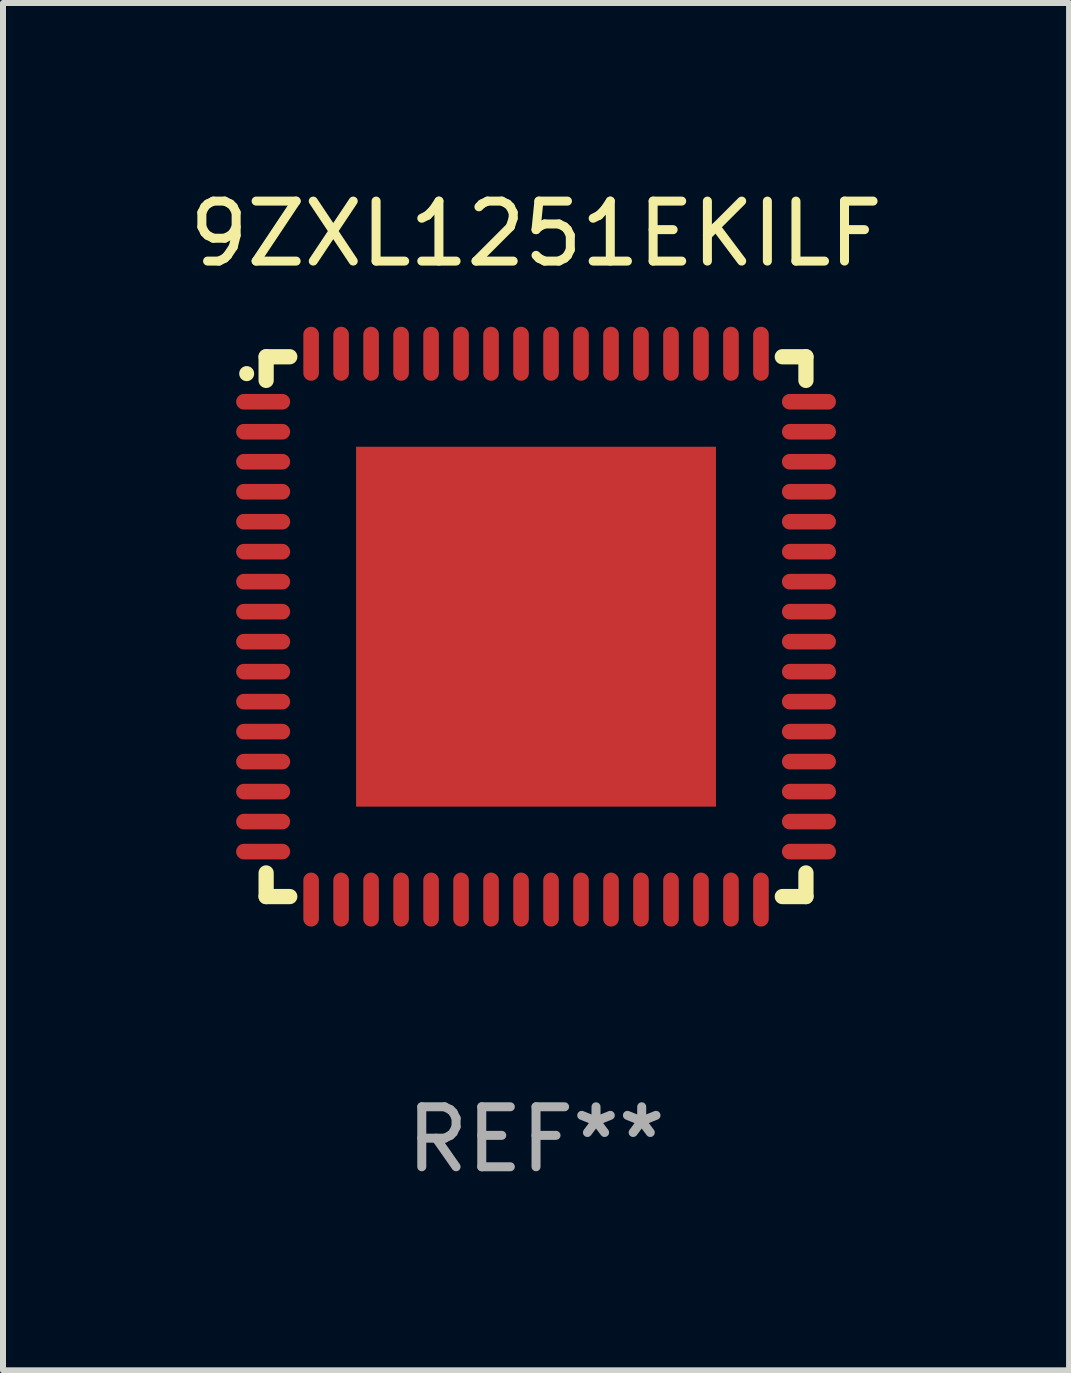
<source format=kicad_pcb>
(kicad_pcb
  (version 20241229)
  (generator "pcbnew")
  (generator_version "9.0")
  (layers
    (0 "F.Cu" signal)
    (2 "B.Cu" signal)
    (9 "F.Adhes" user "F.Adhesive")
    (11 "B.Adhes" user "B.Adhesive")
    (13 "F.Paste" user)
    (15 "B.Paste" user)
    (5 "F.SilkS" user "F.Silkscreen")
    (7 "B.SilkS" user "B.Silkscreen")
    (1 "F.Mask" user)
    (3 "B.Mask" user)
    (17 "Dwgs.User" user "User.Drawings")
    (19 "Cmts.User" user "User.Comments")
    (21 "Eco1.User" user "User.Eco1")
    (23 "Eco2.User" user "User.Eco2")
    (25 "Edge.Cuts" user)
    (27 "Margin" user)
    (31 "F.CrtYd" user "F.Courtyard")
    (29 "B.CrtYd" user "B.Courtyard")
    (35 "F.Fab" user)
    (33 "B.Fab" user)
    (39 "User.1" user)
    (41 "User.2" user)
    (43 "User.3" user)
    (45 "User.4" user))
  (footprint "9ZXL1251EKILF"
    (layer "F.Cu")
    (at 5.887 7.398)
    (property "Reference" "9ZXL1251EKILF" (at 0 -6.55 0) (layer "F.SilkS") (effects (font (size 1 1) (thickness 0.15))))
    (attr through_hole)
    (fp_line (start -4.5 -4.5) (end -4.106 -4.5) (stroke (width 0.254) (type solid)) (layer "F.SilkS"))
    (fp_line (start -4.5 -4.106) (end -4.5 -4.5) (stroke (width 0.254) (type solid)) (layer "F.SilkS"))
    (fp_line (start -4.5 4.5) (end -4.5 4.106) (stroke (width 0.254) (type solid)) (layer "F.SilkS"))
    (fp_line (start -4.106 4.5) (end -4.5 4.5) (stroke (width 0.254) (type solid)) (layer "F.SilkS"))
    (fp_line (start 4.106 -4.5) (end 4.5 -4.5) (stroke (width 0.254) (type solid)) (layer "F.SilkS"))
    (fp_line (start 4.5 -4.5) (end 4.5 -4.106) (stroke (width 0.254) (type solid)) (layer "F.SilkS"))
    (fp_line (start 4.5 4.106) (end 4.5 4.5) (stroke (width 0.254) (type solid)) (layer "F.SilkS"))
    (fp_line (start 4.5 4.5) (end 4.106 4.5) (stroke (width 0.254) (type solid)) (layer "F.SilkS"))
    (fp_arc (start -4.824308 -4.217501) (mid -4.824314 -4.218771) (end -4.824308 -4.220041) (stroke (width 0.24892) (type solid)) (layer "F.SilkS"))
    (fp_text user "REF**" (at 0 8.55 0) (layer "F.Fab") (effects (font (size 1 1) (thickness 0.15))))
    (pad "1" smd oval (at -4.55 -3.75) (size 0.9 0.26) (layers "F.Cu" "F.Mask" "F.Paste"))
    (pad "2" smd oval (at -4.55 -3.25) (size 0.9 0.26) (layers "F.Cu" "F.Mask" "F.Paste"))
    (pad "3" smd oval (at -4.55 -2.75) (size 0.9 0.26) (layers "F.Cu" "F.Mask" "F.Paste"))
    (pad "4" smd oval (at -4.55 -2.25) (size 0.9 0.26) (layers "F.Cu" "F.Mask" "F.Paste"))
    (pad "5" smd oval (at -4.55 -1.75) (size 0.9 0.26) (layers "F.Cu" "F.Mask" "F.Paste"))
    (pad "6" smd oval (at -4.55 -1.25) (size 0.9 0.26) (layers "F.Cu" "F.Mask" "F.Paste"))
    (pad "7" smd oval (at -4.55 -0.75) (size 0.9 0.26) (layers "F.Cu" "F.Mask" "F.Paste"))
    (pad "8" smd oval (at -4.55 -0.25) (size 0.9 0.26) (layers "F.Cu" "F.Mask" "F.Paste"))
    (pad "9" smd oval (at -4.55 0.25) (size 0.9 0.26) (layers "F.Cu" "F.Mask" "F.Paste"))
    (pad "10" smd oval (at -4.55 0.75) (size 0.9 0.26) (layers "F.Cu" "F.Mask" "F.Paste"))
    (pad "11" smd oval (at -4.55 1.25) (size 0.9 0.26) (layers "F.Cu" "F.Mask" "F.Paste"))
    (pad "12" smd oval (at -4.55 1.75) (size 0.9 0.26) (layers "F.Cu" "F.Mask" "F.Paste"))
    (pad "13" smd oval (at -4.55 2.25) (size 0.9 0.26) (layers "F.Cu" "F.Mask" "F.Paste"))
    (pad "14" smd oval (at -4.55 2.75) (size 0.9 0.26) (layers "F.Cu" "F.Mask" "F.Paste"))
    (pad "15" smd oval (at -4.55 3.25) (size 0.9 0.26) (layers "F.Cu" "F.Mask" "F.Paste"))
    (pad "16" smd oval (at -4.55 3.75) (size 0.9 0.26) (layers "F.Cu" "F.Mask" "F.Paste"))
    (pad "17" smd oval (at -3.75 4.55) (size 0.26 0.9) (layers "F.Cu" "F.Mask" "F.Paste"))
    (pad "18" smd oval (at -3.25 4.55) (size 0.26 0.9) (layers "F.Cu" "F.Mask" "F.Paste"))
    (pad "19" smd oval (at -2.75 4.55) (size 0.26 0.9) (layers "F.Cu" "F.Mask" "F.Paste"))
    (pad "20" smd oval (at -2.25 4.55) (size 0.26 0.9) (layers "F.Cu" "F.Mask" "F.Paste"))
    (pad "21" smd oval (at -1.75 4.55) (size 0.26 0.9) (layers "F.Cu" "F.Mask" "F.Paste"))
    (pad "22" smd oval (at -1.25 4.55) (size 0.26 0.9) (layers "F.Cu" "F.Mask" "F.Paste"))
    (pad "23" smd oval (at -0.75 4.55) (size 0.26 0.9) (layers "F.Cu" "F.Mask" "F.Paste"))
    (pad "24" smd oval (at -0.25 4.55) (size 0.26 0.9) (layers "F.Cu" "F.Mask" "F.Paste"))
    (pad "25" smd oval (at 0.25 4.55) (size 0.26 0.9) (layers "F.Cu" "F.Mask" "F.Paste"))
    (pad "26" smd oval (at 0.75 4.55) (size 0.26 0.9) (layers "F.Cu" "F.Mask" "F.Paste"))
    (pad "27" smd oval (at 1.25 4.55) (size 0.26 0.9) (layers "F.Cu" "F.Mask" "F.Paste"))
    (pad "28" smd oval (at 1.75 4.55) (size 0.26 0.9) (layers "F.Cu" "F.Mask" "F.Paste"))
    (pad "29" smd oval (at 2.25 4.55) (size 0.26 0.9) (layers "F.Cu" "F.Mask" "F.Paste"))
    (pad "30" smd oval (at 2.75 4.55) (size 0.26 0.9) (layers "F.Cu" "F.Mask" "F.Paste"))
    (pad "31" smd oval (at 3.25 4.55) (size 0.26 0.9) (layers "F.Cu" "F.Mask" "F.Paste"))
    (pad "32" smd oval (at 3.75 4.55) (size 0.26 0.9) (layers "F.Cu" "F.Mask" "F.Paste"))
    (pad "33" smd oval (at 4.55 3.75) (size 0.9 0.26) (layers "F.Cu" "F.Mask" "F.Paste"))
    (pad "34" smd oval (at 4.55 3.25) (size 0.9 0.26) (layers "F.Cu" "F.Mask" "F.Paste"))
    (pad "35" smd oval (at 4.55 2.75) (size 0.9 0.26) (layers "F.Cu" "F.Mask" "F.Paste"))
    (pad "36" smd oval (at 4.55 2.25) (size 0.9 0.26) (layers "F.Cu" "F.Mask" "F.Paste"))
    (pad "37" smd oval (at 4.55 1.75) (size 0.9 0.26) (layers "F.Cu" "F.Mask" "F.Paste"))
    (pad "38" smd oval (at 4.55 1.25) (size 0.9 0.26) (layers "F.Cu" "F.Mask" "F.Paste"))
    (pad "39" smd oval (at 4.55 0.75) (size 0.9 0.26) (layers "F.Cu" "F.Mask" "F.Paste"))
    (pad "40" smd oval (at 4.55 0.25) (size 0.9 0.26) (layers "F.Cu" "F.Mask" "F.Paste"))
    (pad "41" smd oval (at 4.55 -0.25) (size 0.9 0.26) (layers "F.Cu" "F.Mask" "F.Paste"))
    (pad "42" smd oval (at 4.55 -0.75) (size 0.9 0.26) (layers "F.Cu" "F.Mask" "F.Paste"))
    (pad "43" smd oval (at 4.55 -1.25) (size 0.9 0.26) (layers "F.Cu" "F.Mask" "F.Paste"))
    (pad "44" smd oval (at 4.55 -1.75) (size 0.9 0.26) (layers "F.Cu" "F.Mask" "F.Paste"))
    (pad "45" smd oval (at 4.55 -2.25) (size 0.9 0.26) (layers "F.Cu" "F.Mask" "F.Paste"))
    (pad "46" smd oval (at 4.55 -2.75) (size 0.9 0.26) (layers "F.Cu" "F.Mask" "F.Paste"))
    (pad "47" smd oval (at 4.55 -3.25) (size 0.9 0.26) (layers "F.Cu" "F.Mask" "F.Paste"))
    (pad "48" smd oval (at 4.55 -3.75) (size 0.9 0.26) (layers "F.Cu" "F.Mask" "F.Paste"))
    (pad "49" smd oval (at 3.75 -4.55) (size 0.26 0.9) (layers "F.Cu" "F.Mask" "F.Paste"))
    (pad "50" smd oval (at 3.25 -4.55) (size 0.26 0.9) (layers "F.Cu" "F.Mask" "F.Paste"))
    (pad "51" smd oval (at 2.75 -4.55) (size 0.26 0.9) (layers "F.Cu" "F.Mask" "F.Paste"))
    (pad "52" smd oval (at 2.25 -4.55) (size 0.26 0.9) (layers "F.Cu" "F.Mask" "F.Paste"))
    (pad "53" smd oval (at 1.75 -4.55) (size 0.26 0.9) (layers "F.Cu" "F.Mask" "F.Paste"))
    (pad "54" smd oval (at 1.25 -4.55) (size 0.26 0.9) (layers "F.Cu" "F.Mask" "F.Paste"))
    (pad "55" smd oval (at 0.75 -4.55) (size 0.26 0.9) (layers "F.Cu" "F.Mask" "F.Paste"))
    (pad "56" smd oval (at 0.25 -4.55) (size 0.26 0.9) (layers "F.Cu" "F.Mask" "F.Paste"))
    (pad "57" smd oval (at -0.25 -4.55) (size 0.26 0.9) (layers "F.Cu" "F.Mask" "F.Paste"))
    (pad "58" smd oval (at -0.75 -4.55) (size 0.26 0.9) (layers "F.Cu" "F.Mask" "F.Paste"))
    (pad "59" smd oval (at -1.25 -4.55) (size 0.26 0.9) (layers "F.Cu" "F.Mask" "F.Paste"))
    (pad "60" smd oval (at -1.75 -4.55) (size 0.26 0.9) (layers "F.Cu" "F.Mask" "F.Paste"))
    (pad "61" smd oval (at -2.25 -4.55) (size 0.26 0.9) (layers "F.Cu" "F.Mask" "F.Paste"))
    (pad "62" smd oval (at -2.75 -4.55) (size 0.26 0.9) (layers "F.Cu" "F.Mask" "F.Paste"))
    (pad "63" smd oval (at -3.25 -4.55) (size 0.26 0.9) (layers "F.Cu" "F.Mask" "F.Paste"))
    (pad "64" smd oval (at -3.75 -4.55) (size 0.26 0.9) (layers "F.Cu" "F.Mask" "F.Paste"))
    (pad "65" smd rect (at 0 0.000381) (size 6 6) (layers "F.Cu" "F.Mask" "F.Paste")))
  (gr_rect
    (start -3 -3)
    (end 14.774 19.797)
    (stroke (width 0.1) (type default))
    (fill no)
    (layer "Edge.Cuts")))
</source>
